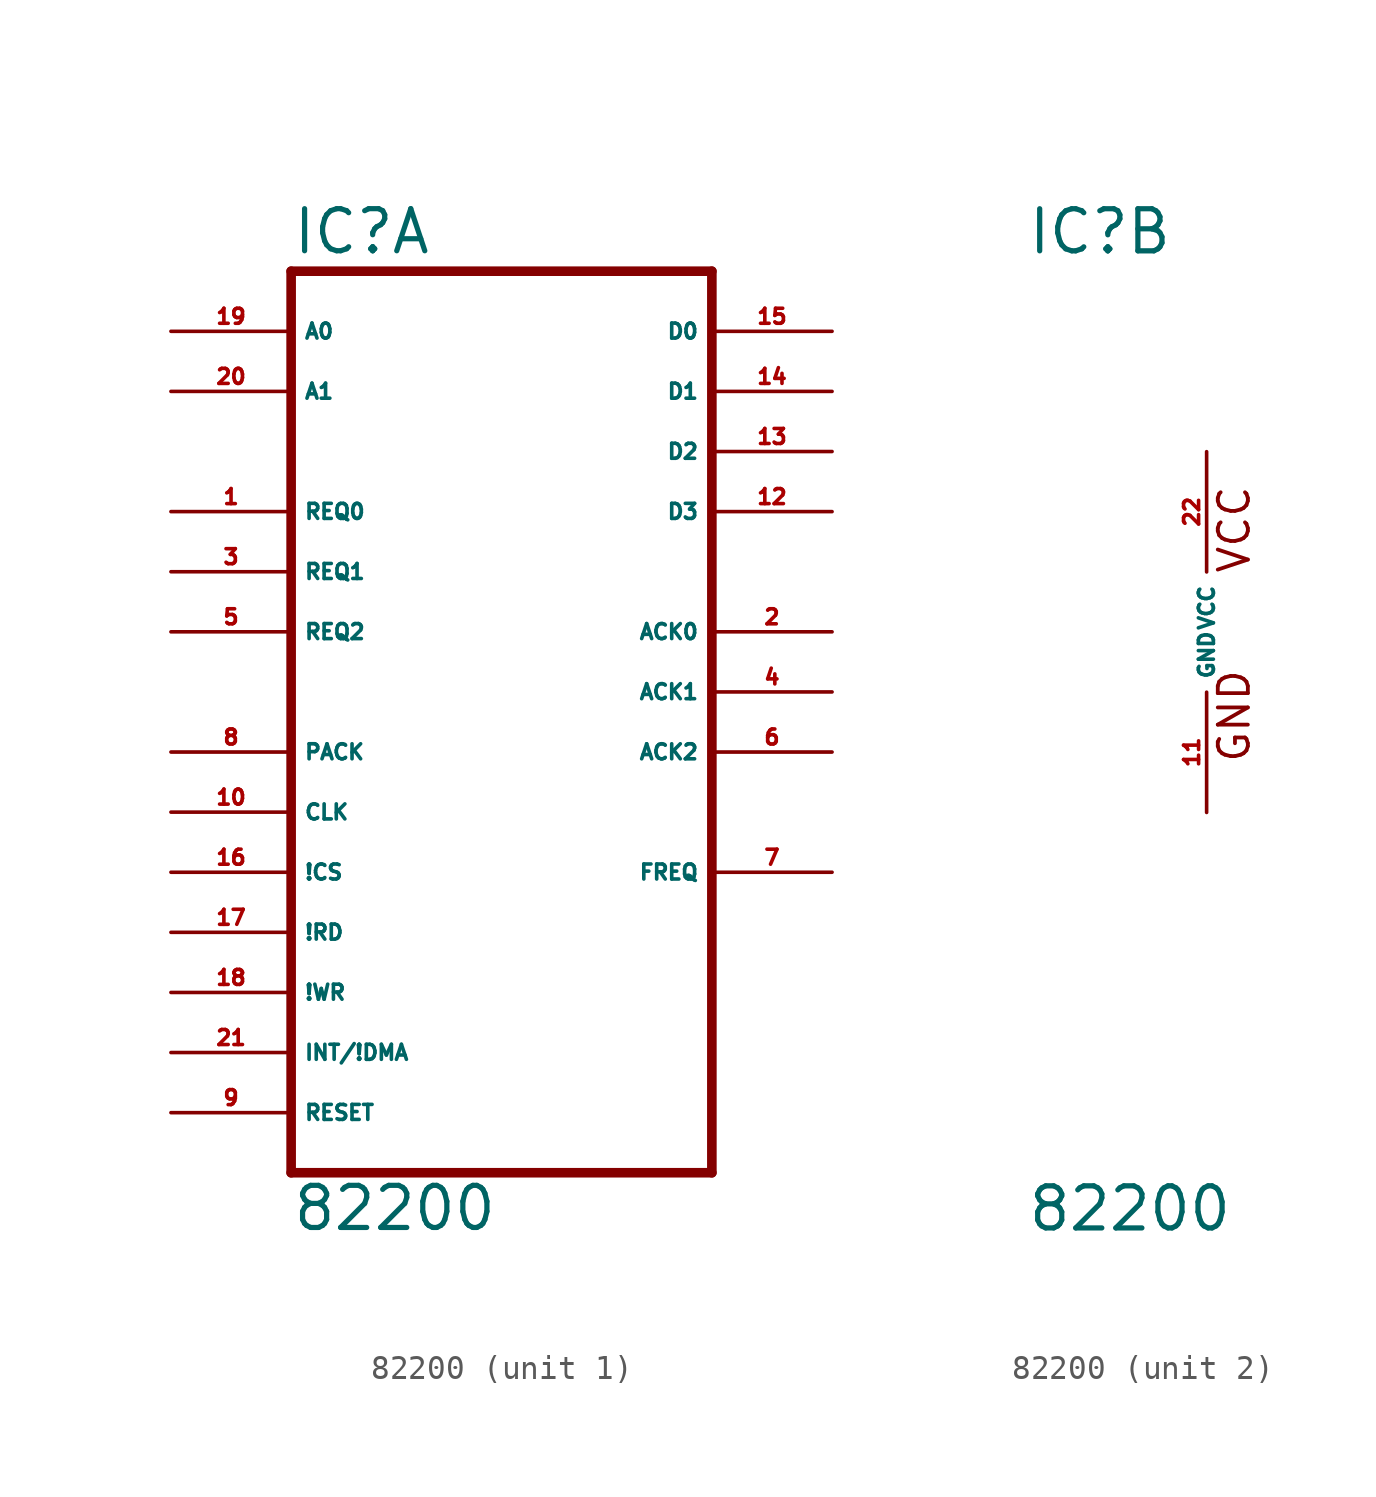
<source format=kicad_sym>
(kicad_symbol_lib
  (version 20220914)
  (generator Eagle2Kicad)
  (symbol "82200"
    (property "Reference" "IC"
      (at -7.62 15.875 0)
      (effects (font (size 1.778 1.778) (thickness 0.22)) (justify left bottom)))
    (property "Value" "82200"
      (at -7.62 -25.4 0)
      (effects (font (size 1.778 1.778) (thickness 0.22)) (justify left bottom)))
    (symbol "82200_1_0"
      (polyline (pts (xy -7.62 -22.86) (xy 10.16 -22.86)) (stroke (width 0.406) (type default)) (fill (type none)))
      (polyline (pts (xy 10.16 -22.86) (xy 10.16 15.24)) (stroke (width 0.406) (type default)) (fill (type none)))
      (polyline (pts (xy 10.16 15.24) (xy -7.62 15.24)) (stroke (width 0.406) (type default)) (fill (type none)))
      (polyline (pts (xy -7.62 15.24) (xy -7.62 -22.86)) (stroke (width 0.406) (type default)) (fill (type none)))
      (pin input line (at -12.7 12.7 0) (length 5.08) (name "A0" (effects (font (size 0.635 0.635) (thickness 0.08)) (justify left bottom))) (number "19" (effects (font (size 0.635 0.635) (thickness 0.08)) (justify left bottom))))
      (pin input line (at -12.7 10.16 0) (length 5.08) (name "A1" (effects (font (size 0.635 0.635) (thickness 0.08)) (justify left bottom))) (number "20" (effects (font (size 0.635 0.635) (thickness 0.08)) (justify left bottom))))
      (pin input line (at -12.7 5.08 0) (length 5.08) (name "REQ0" (effects (font (size 0.635 0.635) (thickness 0.08)) (justify left bottom))) (number "1" (effects (font (size 0.635 0.635) (thickness 0.08)) (justify left bottom))))
      (pin input line (at -12.7 2.54 0) (length 5.08) (name "REQ1" (effects (font (size 0.635 0.635) (thickness 0.08)) (justify left bottom))) (number "3" (effects (font (size 0.635 0.635) (thickness 0.08)) (justify left bottom))))
      (pin input line (at -12.7 0 0) (length 5.08) (name "REQ2" (effects (font (size 0.635 0.635) (thickness 0.08)) (justify left bottom))) (number "5" (effects (font (size 0.635 0.635) (thickness 0.08)) (justify left bottom))))
      (pin input line (at -12.7 -5.08 0) (length 5.08) (name "PACK" (effects (font (size 0.635 0.635) (thickness 0.08)) (justify left bottom))) (number "8" (effects (font (size 0.635 0.635) (thickness 0.08)) (justify left bottom))))
      (pin input line (at -12.7 -20.32 0) (length 5.08) (name "RESET" (effects (font (size 0.635 0.635) (thickness 0.08)) (justify left bottom))) (number "9" (effects (font (size 0.635 0.635) (thickness 0.08)) (justify left bottom))))
      (pin input line (at -12.7 -7.62 0) (length 5.08) (name "CLK" (effects (font (size 0.635 0.635) (thickness 0.08)) (justify left bottom))) (number "10" (effects (font (size 0.635 0.635) (thickness 0.08)) (justify left bottom))))
      (pin input line (at -12.7 -10.16 0) (length 5.08) (name "!CS" (effects (font (size 0.635 0.635) (thickness 0.08)) (justify left bottom))) (number "16" (effects (font (size 0.635 0.635) (thickness 0.08)) (justify left bottom))))
      (pin input line (at -12.7 -12.7 0) (length 5.08) (name "!RD" (effects (font (size 0.635 0.635) (thickness 0.08)) (justify left bottom))) (number "17" (effects (font (size 0.635 0.635) (thickness 0.08)) (justify left bottom))))
      (pin input line (at -12.7 -15.24 0) (length 5.08) (name "!WR" (effects (font (size 0.635 0.635) (thickness 0.08)) (justify left bottom))) (number "18" (effects (font (size 0.635 0.635) (thickness 0.08)) (justify left bottom))))
      (pin input line (at -12.7 -17.78 0) (length 5.08) (name "INT/!DMA" (effects (font (size 0.635 0.635) (thickness 0.08)) (justify left bottom))) (number "21" (effects (font (size 0.635 0.635) (thickness 0.08)) (justify left bottom))))
      (pin output line (at 15.24 0 180) (length 5.08) (name "ACK0" (effects (font (size 0.635 0.635) (thickness 0.08)) (justify left bottom))) (number "2" (effects (font (size 0.635 0.635) (thickness 0.08)) (justify left bottom))))
      (pin bidirectional line (at 15.24 12.7 180) (length 5.08) (name "D0" (effects (font (size 0.635 0.635) (thickness 0.08)) (justify left bottom))) (number "15" (effects (font (size 0.635 0.635) (thickness 0.08)) (justify left bottom))))
      (pin bidirectional line (at 15.24 10.16 180) (length 5.08) (name "D1" (effects (font (size 0.635 0.635) (thickness 0.08)) (justify left bottom))) (number "14" (effects (font (size 0.635 0.635) (thickness 0.08)) (justify left bottom))))
      (pin bidirectional line (at 15.24 7.62 180) (length 5.08) (name "D2" (effects (font (size 0.635 0.635) (thickness 0.08)) (justify left bottom))) (number "13" (effects (font (size 0.635 0.635) (thickness 0.08)) (justify left bottom))))
      (pin output line (at 15.24 -2.54 180) (length 5.08) (name "ACK1" (effects (font (size 0.635 0.635) (thickness 0.08)) (justify left bottom))) (number "4" (effects (font (size 0.635 0.635) (thickness 0.08)) (justify left bottom))))
      (pin output line (at 15.24 -5.08 180) (length 5.08) (name "ACK2" (effects (font (size 0.635 0.635) (thickness 0.08)) (justify left bottom))) (number "6" (effects (font (size 0.635 0.635) (thickness 0.08)) (justify left bottom))))
      (pin output line (at 15.24 -10.16 180) (length 5.08) (name "FREQ" (effects (font (size 0.635 0.635) (thickness 0.08)) (justify left bottom))) (number "7" (effects (font (size 0.635 0.635) (thickness 0.08)) (justify left bottom))))
      (pin bidirectional line (at 15.24 5.08 180) (length 5.08) (name "D3" (effects (font (size 0.635 0.635) (thickness 0.08)) (justify left bottom))) (number "12" (effects (font (size 0.635 0.635) (thickness 0.08)) (justify left bottom)))))
    (symbol "82200_2_0"
      (text "GND" (at 1.905 -5.588 900) (effects (font (size 1.27 1.27) (thickness 0.16)) (justify left bottom)))
      (text "VCC" (at 1.905 2.413 900) (effects (font (size 1.27 1.27) (thickness 0.16)) (justify left bottom)))
      (pin unspecified line (at 0 7.62 270) (length 5.08) (name "VCC" (effects (font (size 0.635 0.635) (thickness 0.08)) (justify left bottom))) (number "22" (effects (font (size 0.635 0.635) (thickness 0.08)) (justify left bottom))))
      (pin unspecified line (at 0 -7.62 90) (length 5.08) (name "GND" (effects (font (size 0.635 0.635) (thickness 0.08)) (justify left bottom))) (number "11" (effects (font (size 0.635 0.635) (thickness 0.08)) (justify left bottom)))))))
</source>
